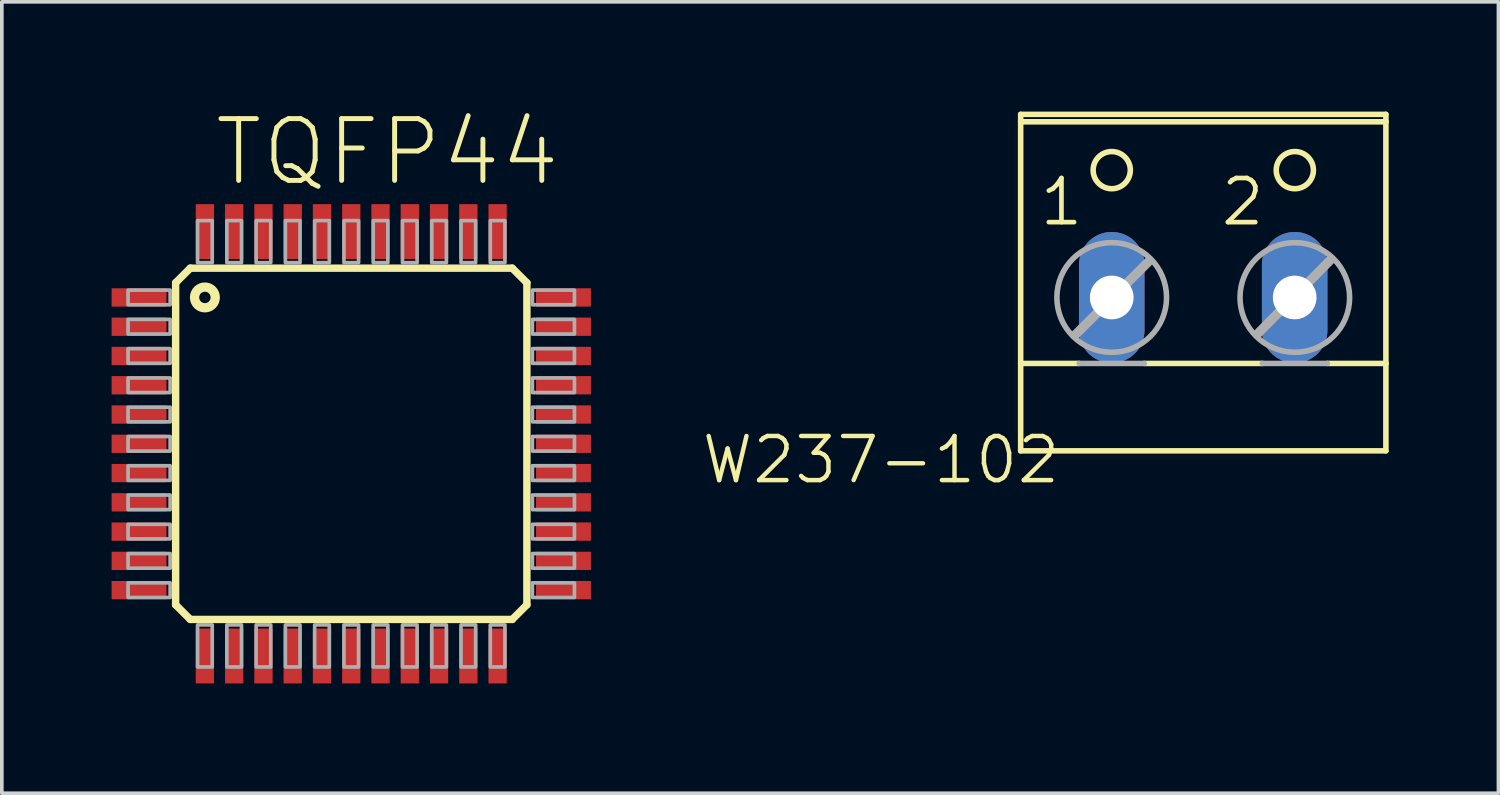
<source format=kicad_pcb>
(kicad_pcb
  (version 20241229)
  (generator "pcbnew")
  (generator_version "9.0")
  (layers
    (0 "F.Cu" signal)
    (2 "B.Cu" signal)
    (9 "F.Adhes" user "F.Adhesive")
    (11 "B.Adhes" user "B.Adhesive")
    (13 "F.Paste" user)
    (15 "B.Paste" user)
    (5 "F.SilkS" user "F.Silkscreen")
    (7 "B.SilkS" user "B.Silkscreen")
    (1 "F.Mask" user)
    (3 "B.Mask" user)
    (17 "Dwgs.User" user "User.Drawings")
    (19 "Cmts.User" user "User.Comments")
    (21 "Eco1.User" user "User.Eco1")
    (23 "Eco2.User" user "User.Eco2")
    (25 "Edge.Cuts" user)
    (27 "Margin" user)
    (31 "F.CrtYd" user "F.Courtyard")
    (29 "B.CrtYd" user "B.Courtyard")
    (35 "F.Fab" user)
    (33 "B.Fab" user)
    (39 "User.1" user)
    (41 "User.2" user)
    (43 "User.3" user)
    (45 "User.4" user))
  (footprint "TQFP44"
    (layer "F.Cu")
    (at 6.55 9.079)
    (property "Reference" "TQFP44" (at -3.81 -6.985 180) (layer "F.SilkS") (effects (font (size 1.689 1.689) (thickness 0.135)) (justify left bottom)))
    (attr through_hole)
    (fp_line (start -4.8 -4.4) (end -4.4 -4.8) (stroke (width 0.203) (type solid)) (layer "F.SilkS"))
    (fp_line (start -4.8 4.4) (end -4.8 -4.4) (stroke (width 0.203) (type solid)) (layer "F.SilkS"))
    (fp_line (start -4.4 -4.8) (end 4.4 -4.8) (stroke (width 0.203) (type solid)) (layer "F.SilkS"))
    (fp_line (start -4.4 4.8) (end -4.8 4.4) (stroke (width 0.203) (type solid)) (layer "F.SilkS"))
    (fp_line (start 4.4 -4.8) (end 4.8 -4.4) (stroke (width 0.203) (type solid)) (layer "F.SilkS"))
    (fp_line (start 4.4 4.8) (end -4.4 4.8) (stroke (width 0.203) (type solid)) (layer "F.SilkS"))
    (fp_line (start 4.8 -4.4) (end 4.8 4.4) (stroke (width 0.203) (type solid)) (layer "F.SilkS"))
    (fp_line (start 4.8 4.4) (end 4.4 4.8) (stroke (width 0.203) (type solid)) (layer "F.SilkS"))
    (fp_circle (center -4 -4) (end -3.717 -4) (stroke (width 0.254) (type solid)) (fill no) (layer "F.SilkS"))
    (fp_poly (pts (xy -6.1 -3.8) (xy -4.95 -3.8) (xy -4.95 -4.2) (xy -6.1 -4.2)) (stroke (width 0.1) (type solid)) (fill no) (layer "F.Fab"))
    (fp_poly (pts (xy -6.1 -3) (xy -4.95 -3) (xy -4.95 -3.4) (xy -6.1 -3.4)) (stroke (width 0.1) (type solid)) (fill no) (layer "F.Fab"))
    (fp_poly (pts (xy -6.1 -2.2) (xy -4.95 -2.2) (xy -4.95 -2.6) (xy -6.1 -2.6)) (stroke (width 0.1) (type solid)) (fill no) (layer "F.Fab"))
    (fp_poly (pts (xy -6.1 -1.4) (xy -4.95 -1.4) (xy -4.95 -1.8) (xy -6.1 -1.8)) (stroke (width 0.1) (type solid)) (fill no) (layer "F.Fab"))
    (fp_poly (pts (xy -6.1 -0.6) (xy -4.95 -0.6) (xy -4.95 -1) (xy -6.1 -1)) (stroke (width 0.1) (type solid)) (fill no) (layer "F.Fab"))
    (fp_poly (pts (xy -6.1 0.2) (xy -4.95 0.2) (xy -4.95 -0.2) (xy -6.1 -0.2)) (stroke (width 0.1) (type solid)) (fill no) (layer "F.Fab"))
    (fp_poly (pts (xy -6.1 1) (xy -4.95 1) (xy -4.95 0.6) (xy -6.1 0.6)) (stroke (width 0.1) (type solid)) (fill no) (layer "F.Fab"))
    (fp_poly (pts (xy -6.1 1.8) (xy -4.95 1.8) (xy -4.95 1.4) (xy -6.1 1.4)) (stroke (width 0.1) (type solid)) (fill no) (layer "F.Fab"))
    (fp_poly (pts (xy -6.1 2.6) (xy -4.95 2.6) (xy -4.95 2.2) (xy -6.1 2.2)) (stroke (width 0.1) (type solid)) (fill no) (layer "F.Fab"))
    (fp_poly (pts (xy -6.1 3.4) (xy -4.95 3.4) (xy -4.95 3) (xy -6.1 3)) (stroke (width 0.1) (type solid)) (fill no) (layer "F.Fab"))
    (fp_poly (pts (xy -6.1 4.2) (xy -4.95 4.2) (xy -4.95 3.8) (xy -6.1 3.8)) (stroke (width 0.1) (type solid)) (fill no) (layer "F.Fab"))
    (fp_poly (pts (xy -4.2 -4.95) (xy -3.8 -4.95) (xy -3.8 -6.1) (xy -4.2 -6.1)) (stroke (width 0.1) (type solid)) (fill no) (layer "F.Fab"))
    (fp_poly (pts (xy -4.2 6.1) (xy -3.8 6.1) (xy -3.8 4.95) (xy -4.2 4.95)) (stroke (width 0.1) (type solid)) (fill no) (layer "F.Fab"))
    (fp_poly (pts (xy -3.4 -4.95) (xy -3 -4.95) (xy -3 -6.1) (xy -3.4 -6.1)) (stroke (width 0.1) (type solid)) (fill no) (layer "F.Fab"))
    (fp_poly (pts (xy -3.4 6.1) (xy -3 6.1) (xy -3 4.95) (xy -3.4 4.95)) (stroke (width 0.1) (type solid)) (fill no) (layer "F.Fab"))
    (fp_poly (pts (xy -2.6 -4.95) (xy -2.2 -4.95) (xy -2.2 -6.1) (xy -2.6 -6.1)) (stroke (width 0.1) (type solid)) (fill no) (layer "F.Fab"))
    (fp_poly (pts (xy -2.6 6.1) (xy -2.2 6.1) (xy -2.2 4.95) (xy -2.6 4.95)) (stroke (width 0.1) (type solid)) (fill no) (layer "F.Fab"))
    (fp_poly (pts (xy -1.8 -4.95) (xy -1.4 -4.95) (xy -1.4 -6.1) (xy -1.8 -6.1)) (stroke (width 0.1) (type solid)) (fill no) (layer "F.Fab"))
    (fp_poly (pts (xy -1.8 6.1) (xy -1.4 6.1) (xy -1.4 4.95) (xy -1.8 4.95)) (stroke (width 0.1) (type solid)) (fill no) (layer "F.Fab"))
    (fp_poly (pts (xy -1 -4.95) (xy -0.6 -4.95) (xy -0.6 -6.1) (xy -1 -6.1)) (stroke (width 0.1) (type solid)) (fill no) (layer "F.Fab"))
    (fp_poly (pts (xy -1 6.1) (xy -0.6 6.1) (xy -0.6 4.95) (xy -1 4.95)) (stroke (width 0.1) (type solid)) (fill no) (layer "F.Fab"))
    (fp_poly (pts (xy -0.2 -4.95) (xy 0.2 -4.95) (xy 0.2 -6.1) (xy -0.2 -6.1)) (stroke (width 0.1) (type solid)) (fill no) (layer "F.Fab"))
    (fp_poly (pts (xy -0.2 6.1) (xy 0.2 6.1) (xy 0.2 4.95) (xy -0.2 4.95)) (stroke (width 0.1) (type solid)) (fill no) (layer "F.Fab"))
    (fp_poly (pts (xy 0.6 -4.95) (xy 1 -4.95) (xy 1 -6.1) (xy 0.6 -6.1)) (stroke (width 0.1) (type solid)) (fill no) (layer "F.Fab"))
    (fp_poly (pts (xy 0.6 6.1) (xy 1 6.1) (xy 1 4.95) (xy 0.6 4.95)) (stroke (width 0.1) (type solid)) (fill no) (layer "F.Fab"))
    (fp_poly (pts (xy 1.4 -4.95) (xy 1.8 -4.95) (xy 1.8 -6.1) (xy 1.4 -6.1)) (stroke (width 0.1) (type solid)) (fill no) (layer "F.Fab"))
    (fp_poly (pts (xy 1.4 6.1) (xy 1.8 6.1) (xy 1.8 4.95) (xy 1.4 4.95)) (stroke (width 0.1) (type solid)) (fill no) (layer "F.Fab"))
    (fp_poly (pts (xy 2.2 -4.95) (xy 2.6 -4.95) (xy 2.6 -6.1) (xy 2.2 -6.1)) (stroke (width 0.1) (type solid)) (fill no) (layer "F.Fab"))
    (fp_poly (pts (xy 2.2 6.1) (xy 2.6 6.1) (xy 2.6 4.95) (xy 2.2 4.95)) (stroke (width 0.1) (type solid)) (fill no) (layer "F.Fab"))
    (fp_poly (pts (xy 3 -4.95) (xy 3.4 -4.95) (xy 3.4 -6.1) (xy 3 -6.1)) (stroke (width 0.1) (type solid)) (fill no) (layer "F.Fab"))
    (fp_poly (pts (xy 3 6.1) (xy 3.4 6.1) (xy 3.4 4.95) (xy 3 4.95)) (stroke (width 0.1) (type solid)) (fill no) (layer "F.Fab"))
    (fp_poly (pts (xy 3.8 -4.95) (xy 4.2 -4.95) (xy 4.2 -6.1) (xy 3.8 -6.1)) (stroke (width 0.1) (type solid)) (fill no) (layer "F.Fab"))
    (fp_poly (pts (xy 3.8 6.1) (xy 4.2 6.1) (xy 4.2 4.95) (xy 3.8 4.95)) (stroke (width 0.1) (type solid)) (fill no) (layer "F.Fab"))
    (fp_poly (pts (xy 4.95 -3.8) (xy 6.1 -3.8) (xy 6.1 -4.2) (xy 4.95 -4.2)) (stroke (width 0.1) (type solid)) (fill no) (layer "F.Fab"))
    (fp_poly (pts (xy 4.95 -3) (xy 6.1 -3) (xy 6.1 -3.4) (xy 4.95 -3.4)) (stroke (width 0.1) (type solid)) (fill no) (layer "F.Fab"))
    (fp_poly (pts (xy 4.95 -2.2) (xy 6.1 -2.2) (xy 6.1 -2.6) (xy 4.95 -2.6)) (stroke (width 0.1) (type solid)) (fill no) (layer "F.Fab"))
    (fp_poly (pts (xy 4.95 -1.4) (xy 6.1 -1.4) (xy 6.1 -1.8) (xy 4.95 -1.8)) (stroke (width 0.1) (type solid)) (fill no) (layer "F.Fab"))
    (fp_poly (pts (xy 4.95 -0.6) (xy 6.1 -0.6) (xy 6.1 -1) (xy 4.95 -1)) (stroke (width 0.1) (type solid)) (fill no) (layer "F.Fab"))
    (fp_poly (pts (xy 4.95 0.2) (xy 6.1 0.2) (xy 6.1 -0.2) (xy 4.95 -0.2)) (stroke (width 0.1) (type solid)) (fill no) (layer "F.Fab"))
    (fp_poly (pts (xy 4.95 1) (xy 6.1 1) (xy 6.1 0.6) (xy 4.95 0.6)) (stroke (width 0.1) (type solid)) (fill no) (layer "F.Fab"))
    (fp_poly (pts (xy 4.95 1.8) (xy 6.1 1.8) (xy 6.1 1.4) (xy 4.95 1.4)) (stroke (width 0.1) (type solid)) (fill no) (layer "F.Fab"))
    (fp_poly (pts (xy 4.95 2.6) (xy 6.1 2.6) (xy 6.1 2.2) (xy 4.95 2.2)) (stroke (width 0.1) (type solid)) (fill no) (layer "F.Fab"))
    (fp_poly (pts (xy 4.95 3.4) (xy 6.1 3.4) (xy 6.1 3) (xy 4.95 3)) (stroke (width 0.1) (type solid)) (fill no) (layer "F.Fab"))
    (fp_poly (pts (xy 4.95 4.2) (xy 6.1 4.2) (xy 6.1 3.8) (xy 4.95 3.8)) (stroke (width 0.1) (type solid)) (fill no) (layer "F.Fab"))
    (pad "1" smd rect (at -5.8 -4) (size 1.5 0.5) (layers "F.Cu" "F.Mask" "F.Paste"))
    (pad "2" smd rect (at -5.8 -3.2) (size 1.5 0.5) (layers "F.Cu" "F.Mask" "F.Paste"))
    (pad "3" smd rect (at -5.8 -2.4) (size 1.5 0.5) (layers "F.Cu" "F.Mask" "F.Paste"))
    (pad "4" smd rect (at -5.8 -1.6) (size 1.5 0.5) (layers "F.Cu" "F.Mask" "F.Paste"))
    (pad "5" smd rect (at -5.8 -0.8) (size 1.5 0.5) (layers "F.Cu" "F.Mask" "F.Paste"))
    (pad "6" smd rect (at -5.8 0) (size 1.5 0.5) (layers "F.Cu" "F.Mask" "F.Paste"))
    (pad "7" smd rect (at -5.8 0.8) (size 1.5 0.5) (layers "F.Cu" "F.Mask" "F.Paste"))
    (pad "8" smd rect (at -5.8 1.6) (size 1.5 0.5) (layers "F.Cu" "F.Mask" "F.Paste"))
    (pad "9" smd rect (at -5.8 2.4) (size 1.5 0.5) (layers "F.Cu" "F.Mask" "F.Paste"))
    (pad "10" smd rect (at -5.8 3.2) (size 1.5 0.5) (layers "F.Cu" "F.Mask" "F.Paste"))
    (pad "11" smd rect (at -5.8 4) (size 1.5 0.5) (layers "F.Cu" "F.Mask" "F.Paste"))
    (pad "12" smd rect (at -4 5.8) (size 0.5 1.5) (layers "F.Cu" "F.Mask" "F.Paste"))
    (pad "13" smd rect (at -3.2 5.8) (size 0.5 1.5) (layers "F.Cu" "F.Mask" "F.Paste"))
    (pad "14" smd rect (at -2.4 5.8) (size 0.5 1.5) (layers "F.Cu" "F.Mask" "F.Paste"))
    (pad "15" smd rect (at -1.6 5.8) (size 0.5 1.5) (layers "F.Cu" "F.Mask" "F.Paste"))
    (pad "16" smd rect (at -0.8 5.8) (size 0.5 1.5) (layers "F.Cu" "F.Mask" "F.Paste"))
    (pad "17" smd rect (at 0 5.8) (size 0.5 1.5) (layers "F.Cu" "F.Mask" "F.Paste"))
    (pad "18" smd rect (at 0.8 5.8) (size 0.5 1.5) (layers "F.Cu" "F.Mask" "F.Paste"))
    (pad "19" smd rect (at 1.6 5.8) (size 0.5 1.5) (layers "F.Cu" "F.Mask" "F.Paste"))
    (pad "20" smd rect (at 2.4 5.8) (size 0.5 1.5) (layers "F.Cu" "F.Mask" "F.Paste"))
    (pad "21" smd rect (at 3.2 5.8) (size 0.5 1.5) (layers "F.Cu" "F.Mask" "F.Paste"))
    (pad "22" smd rect (at 4 5.8) (size 0.5 1.5) (layers "F.Cu" "F.Mask" "F.Paste"))
    (pad "23" smd rect (at 5.8 4) (size 1.5 0.5) (layers "F.Cu" "F.Mask" "F.Paste"))
    (pad "24" smd rect (at 5.8 3.2) (size 1.5 0.5) (layers "F.Cu" "F.Mask" "F.Paste"))
    (pad "25" smd rect (at 5.8 2.4) (size 1.5 0.5) (layers "F.Cu" "F.Mask" "F.Paste"))
    (pad "26" smd rect (at 5.8 1.6) (size 1.5 0.5) (layers "F.Cu" "F.Mask" "F.Paste"))
    (pad "27" smd rect (at 5.8 0.8) (size 1.5 0.5) (layers "F.Cu" "F.Mask" "F.Paste"))
    (pad "28" smd rect (at 5.8 0) (size 1.5 0.5) (layers "F.Cu" "F.Mask" "F.Paste"))
    (pad "29" smd rect (at 5.8 -0.8) (size 1.5 0.5) (layers "F.Cu" "F.Mask" "F.Paste"))
    (pad "30" smd rect (at 5.8 -1.6) (size 1.5 0.5) (layers "F.Cu" "F.Mask" "F.Paste"))
    (pad "31" smd rect (at 5.8 -2.4) (size 1.5 0.5) (layers "F.Cu" "F.Mask" "F.Paste"))
    (pad "32" smd rect (at 5.8 -3.2) (size 1.5 0.5) (layers "F.Cu" "F.Mask" "F.Paste"))
    (pad "33" smd rect (at 5.8 -4) (size 1.5 0.5) (layers "F.Cu" "F.Mask" "F.Paste"))
    (pad "34" smd rect (at 4 -5.8) (size 0.5 1.5) (layers "F.Cu" "F.Mask" "F.Paste"))
    (pad "35" smd rect (at 3.2 -5.8) (size 0.5 1.5) (layers "F.Cu" "F.Mask" "F.Paste"))
    (pad "36" smd rect (at 2.4 -5.8) (size 0.5 1.5) (layers "F.Cu" "F.Mask" "F.Paste"))
    (pad "37" smd rect (at 1.6 -5.8) (size 0.5 1.5) (layers "F.Cu" "F.Mask" "F.Paste"))
    (pad "38" smd rect (at 0.8 -5.8) (size 0.5 1.5) (layers "F.Cu" "F.Mask" "F.Paste"))
    (pad "39" smd rect (at 0 -5.8) (size 0.5 1.5) (layers "F.Cu" "F.Mask" "F.Paste"))
    (pad "40" smd rect (at -0.8 -5.8) (size 0.5 1.5) (layers "F.Cu" "F.Mask" "F.Paste"))
    (pad "41" smd rect (at -1.6 -5.8) (size 0.5 1.5) (layers "F.Cu" "F.Mask" "F.Paste"))
    (pad "42" smd rect (at -2.4 -5.8) (size 0.5 1.5) (layers "F.Cu" "F.Mask" "F.Paste"))
    (pad "43" smd rect (at -3.2 -5.8) (size 0.5 1.5) (layers "F.Cu" "F.Mask" "F.Paste"))
    (pad "44" smd rect (at -4 -5.8) (size 0.5 1.5) (layers "F.Cu" "F.Mask" "F.Paste")))
  (footprint "W237-102"
    (layer "F.Cu")
    (at 29.834 3.81)
    (property "Reference" "W237-102" (at -3.846 5.004 180) (layer "F.SilkS") (effects (font (size 1.206 1.206) (thickness 0.121)) (justify right top)))
    (attr through_hole)
    (fp_line (start -4.989 -3.531) (end -4.989 -3.734) (stroke (width 0.152) (type solid)) (layer "F.SilkS"))
    (fp_line (start -4.989 -3.531) (end 4.993 -3.531) (stroke (width 0.152) (type solid)) (layer "F.SilkS"))
    (fp_line (start -4.989 3.073) (end -4.989 -3.531) (stroke (width 0.152) (type solid)) (layer "F.SilkS"))
    (fp_line (start -4.989 3.073) (end -3.389 3.073) (stroke (width 0.152) (type solid)) (layer "F.SilkS"))
    (fp_line (start -4.989 5.461) (end -4.989 3.073) (stroke (width 0.152) (type solid)) (layer "F.SilkS"))
    (fp_line (start -4.989 5.461) (end 4.993 5.461) (stroke (width 0.152) (type solid)) (layer "F.SilkS"))
    (fp_line (start -1.611 3.073) (end 1.615 3.073) (stroke (width 0.152) (type solid)) (layer "F.SilkS"))
    (fp_line (start 3.393 3.073) (end 4.993 3.073) (stroke (width 0.152) (type solid)) (layer "F.SilkS"))
    (fp_line (start 4.993 -3.734) (end -4.989 -3.734) (stroke (width 0.152) (type solid)) (layer "F.SilkS"))
    (fp_line (start 4.993 -3.734) (end 4.993 -3.531) (stroke (width 0.152) (type solid)) (layer "F.SilkS"))
    (fp_line (start 4.993 -3.531) (end 4.993 3.073) (stroke (width 0.152) (type solid)) (layer "F.SilkS"))
    (fp_line (start 4.993 3.073) (end 4.993 5.461) (stroke (width 0.152) (type solid)) (layer "F.SilkS"))
    (fp_circle (center -2.5 -2.21) (end -1.992 -2.21) (stroke (width 0.152) (type solid)) (fill no) (layer "F.SilkS"))
    (fp_circle (center 2.504 -2.21) (end 3.012 -2.21) (stroke (width 0.152) (type solid)) (fill no) (layer "F.SilkS"))
    (fp_line (start -3.491 2.286) (end -1.484 0.279) (stroke (width 0.254) (type solid)) (layer "F.Fab"))
    (fp_line (start -3.389 3.073) (end -1.611 3.073) (stroke (width 0.152) (type solid)) (layer "F.Fab"))
    (fp_line (start 1.488 2.261) (end 3.469 0.254) (stroke (width 0.254) (type solid)) (layer "F.Fab"))
    (fp_line (start 1.615 3.073) (end 3.393 3.073) (stroke (width 0.152) (type solid)) (layer "F.Fab"))
    (fp_circle (center -2.5 1.27) (end -1.001 1.27) (stroke (width 0.152) (type solid)) (fill no) (layer "F.Fab"))
    (fp_circle (center 2.504 1.27) (end 4.002 1.27) (stroke (width 0.152) (type solid)) (fill no) (layer "F.Fab"))
    (fp_text user "1" (at -4.532 -0.635 0) (layer "F.SilkS") (effects (font (size 1.206 1.206) (thickness 0.127)) (justify left bottom)))
    (fp_text user "2" (at 0.421 -0.635 0) (layer "F.SilkS") (effects (font (size 1.206 1.206) (thickness 0.127)) (justify left bottom)))
    (pad "1" thru_hole oval (at -2.5 1.27 90) (size 3.581 1.791) (drill 1.194) (layers "*.Cu" "*.Mask"))
    (pad "2" thru_hole oval (at 2.5 1.27 90) (size 3.581 1.791) (drill 1.194) (layers "*.Cu" "*.Mask")))
  (gr_rect
    (start -3 -3)
    (end 37.903 18.629)
    (stroke (width 0.1) (type default))
    (fill no)
    (layer "Edge.Cuts")))
</source>
